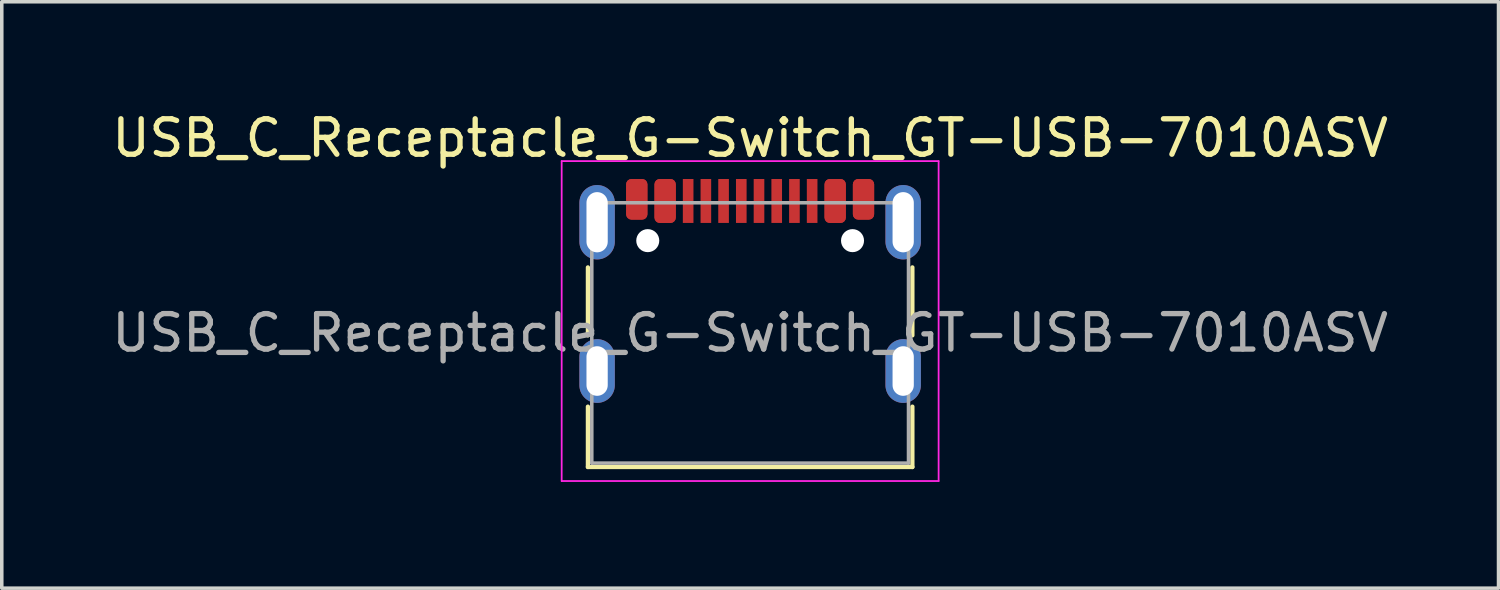
<source format=kicad_pcb>
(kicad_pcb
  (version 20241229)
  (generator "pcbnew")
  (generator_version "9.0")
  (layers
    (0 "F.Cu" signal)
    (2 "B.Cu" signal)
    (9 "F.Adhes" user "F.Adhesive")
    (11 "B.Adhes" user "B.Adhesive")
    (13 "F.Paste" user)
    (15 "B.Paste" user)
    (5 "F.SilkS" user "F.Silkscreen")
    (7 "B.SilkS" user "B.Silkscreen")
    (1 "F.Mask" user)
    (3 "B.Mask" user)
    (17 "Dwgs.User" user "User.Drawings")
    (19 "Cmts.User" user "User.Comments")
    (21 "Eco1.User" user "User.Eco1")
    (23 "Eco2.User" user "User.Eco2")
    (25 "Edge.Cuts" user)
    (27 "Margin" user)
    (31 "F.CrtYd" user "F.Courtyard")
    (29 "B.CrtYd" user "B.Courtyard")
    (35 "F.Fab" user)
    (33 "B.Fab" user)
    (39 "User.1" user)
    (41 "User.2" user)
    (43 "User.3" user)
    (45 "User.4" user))
  (footprint "USB_C_Receptacle_G-Switch_GT-USB-7010ASV"
    (layer "F.Cu")
    (at 18.125 6.348)
    (property "Reference" "USB_C_Receptacle_G-Switch_GT-USB-7010ASV" (at 0 -5.5 0) (layer "F.SilkS") (effects (font (size 1 1) (thickness 0.15))))
    (attr smd)
    (fp_line (start -4.58 -1.85) (end -4.58 0.07) (stroke (width 0.12) (type solid)) (layer "F.SilkS"))
    (fp_line (start -4.58 3.785) (end -4.58 2.08) (stroke (width 0.12) (type solid)) (layer "F.SilkS"))
    (fp_line (start 4.58 0.07) (end 4.58 -1.85) (stroke (width 0.12) (type solid)) (layer "F.SilkS"))
    (fp_line (start 4.58 2.08) (end 4.58 3.785) (stroke (width 0.12) (type solid)) (layer "F.SilkS"))
    (fp_line (start 4.58 3.785) (end -4.58 3.785) (stroke (width 0.12) (type solid)) (layer "F.SilkS"))
    (fp_line (start -5.32 -4.85) (end 5.32 -4.85) (stroke (width 0.05) (type solid)) (layer "F.CrtYd"))
    (fp_line (start -5.32 4.18) (end -5.32 -4.85) (stroke (width 0.05) (type solid)) (layer "F.CrtYd"))
    (fp_line (start 5.32 -4.85) (end 5.32 4.18) (stroke (width 0.05) (type solid)) (layer "F.CrtYd"))
    (fp_line (start 5.32 4.18) (end -5.32 4.18) (stroke (width 0.05) (type solid)) (layer "F.CrtYd"))
    (fp_line (start -4.47 -3.675) (end -4.47 3.675) (stroke (width 0.1) (type solid)) (layer "F.Fab"))
    (fp_line (start -4.47 -3.675) (end 4.47 -3.675) (stroke (width 0.1) (type solid)) (layer "F.Fab"))
    (fp_line (start -4.47 3.675) (end 4.47 3.675) (stroke (width 0.1) (type solid)) (layer "F.Fab"))
    (fp_line (start 4.47 3.675) (end 4.47 -3.675) (stroke (width 0.1) (type solid)) (layer "F.Fab"))
    (fp_text user "${REFERENCE}" (at 0 0 0) (layer "F.Fab") (effects (font (size 1 1) (thickness 0.15))))
    (pad "" np_thru_hole circle (at -2.89 -2.605) (size 0.65 0.65) (drill 0.65) (layers "*.Cu" "*.Mask"))
    (pad "" np_thru_hole circle (at 2.89 -2.605) (size 0.65 0.65) (drill 0.65) (layers "*.Cu" "*.Mask"))
    (pad "A1" smd roundrect (at -3.2 -3.772) (size 0.6 1.145) (layers "F.Cu" "F.Mask" "F.Paste") (roundrect_rratio 0.25))
    (pad "A4" smd roundrect (at -2.4 -3.725) (size 0.6 1.24) (layers "F.Cu" "F.Mask" "F.Paste") (roundrect_rratio 0.25))
    (pad "A5" smd rect (at -1.25 -3.725) (size 0.3 1.24) (layers "F.Cu" "F.Mask" "F.Paste"))
    (pad "A6" smd rect (at -0.25 -3.725) (size 0.3 1.24) (layers "F.Cu" "F.Mask" "F.Paste"))
    (pad "A7" smd rect (at 0.25 -3.725) (size 0.3 1.24) (layers "F.Cu" "F.Mask" "F.Paste"))
    (pad "A8" smd rect (at 1.25 -3.725) (size 0.3 1.24) (layers "F.Cu" "F.Mask" "F.Paste"))
    (pad "A9" smd roundrect (at 2.4 -3.725) (size 0.6 1.24) (layers "F.Cu" "F.Mask" "F.Paste") (roundrect_rratio 0.25))
    (pad "A12" smd roundrect (at 3.2 -3.772) (size 0.6 1.145) (layers "F.Cu" "F.Mask" "F.Paste") (roundrect_rratio 0.25))
    (pad "B1" smd roundrect (at 3.2 -3.772) (size 0.6 1.145) (layers "F.Cu" "F.Mask" "F.Paste") (roundrect_rratio 0.25))
    (pad "B4" smd roundrect (at 2.4 -3.725) (size 0.6 1.24) (layers "F.Cu" "F.Mask" "F.Paste") (roundrect_rratio 0.25))
    (pad "B5" smd rect (at 1.75 -3.725) (size 0.3 1.24) (layers "F.Cu" "F.Mask" "F.Paste"))
    (pad "B6" smd rect (at 0.75 -3.725) (size 0.3 1.24) (layers "F.Cu" "F.Mask" "F.Paste"))
    (pad "B7" smd rect (at -0.75 -3.725) (size 0.3 1.24) (layers "F.Cu" "F.Mask" "F.Paste"))
    (pad "B8" smd rect (at -1.75 -3.725) (size 0.3 1.24) (layers "F.Cu" "F.Mask" "F.Paste"))
    (pad "B9" smd roundrect (at -2.4 -3.725) (size 0.6 1.24) (layers "F.Cu" "F.Mask" "F.Paste") (roundrect_rratio 0.25))
    (pad "B12" smd roundrect (at -3.2 -3.772) (size 0.6 1.145) (layers "F.Cu" "F.Mask" "F.Paste") (roundrect_rratio 0.25))
    (pad "S1" thru_hole oval (at -4.32 -3.125) (size 1 2.1) (drill oval 0.6 1.7) (property pad_prop_heatsink) (layers "*.Cu" "*.Mask"))
    (pad "S1" thru_hole oval (at -4.32 1.075) (size 1 1.8) (drill oval 0.6 1.4) (property pad_prop_heatsink) (layers "*.Cu" "*.Mask"))
    (pad "S1" thru_hole oval (at 4.32 -3.125) (size 1 2.1) (drill oval 0.6 1.7) (property pad_prop_heatsink) (layers "*.Cu" "*.Mask"))
    (pad "S1" thru_hole oval (at 4.32 1.075) (size 1 1.8) (drill oval 0.6 1.4) (property pad_prop_heatsink) (layers "*.Cu" "*.Mask")))
  (gr_rect
    (start -3 -3)
    (end 39.25 13.553)
    (stroke (width 0.1) (type default))
    (fill no)
    (layer "Edge.Cuts")))
</source>
